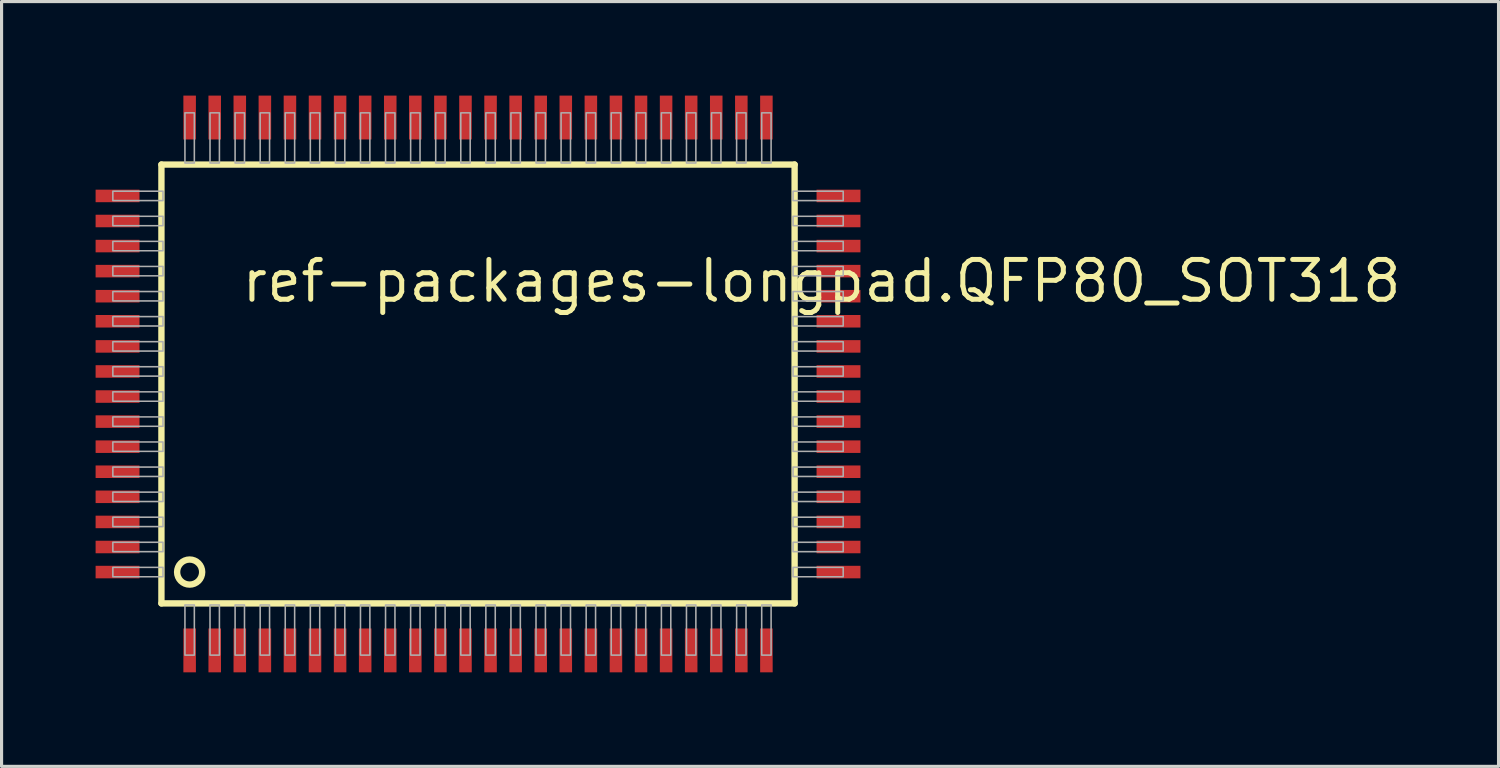
<source format=kicad_pcb>
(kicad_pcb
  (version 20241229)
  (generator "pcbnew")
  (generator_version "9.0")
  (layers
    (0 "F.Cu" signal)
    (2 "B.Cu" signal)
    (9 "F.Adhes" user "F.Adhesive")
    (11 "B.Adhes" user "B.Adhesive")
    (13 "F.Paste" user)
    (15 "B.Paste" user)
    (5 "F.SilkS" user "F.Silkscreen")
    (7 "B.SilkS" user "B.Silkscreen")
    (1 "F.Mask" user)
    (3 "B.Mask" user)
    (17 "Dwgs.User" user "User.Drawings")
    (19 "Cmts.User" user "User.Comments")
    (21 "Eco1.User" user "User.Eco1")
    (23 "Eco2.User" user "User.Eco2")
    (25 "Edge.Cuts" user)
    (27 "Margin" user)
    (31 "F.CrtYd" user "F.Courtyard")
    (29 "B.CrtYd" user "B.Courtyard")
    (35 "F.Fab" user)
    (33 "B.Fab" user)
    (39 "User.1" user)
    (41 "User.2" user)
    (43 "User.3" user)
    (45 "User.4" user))
  (footprint "ref-packages-longpad.QFP80_SOT318"
    (layer "F.Cu")
    (at 12.2 9.2)
    (property "Reference" "ref-packages-longpad.QFP80_SOT318" (at -7.62 -2.54 0) (layer "F.SilkS") (effects (font (size 1.27 1.27) (thickness 0.16)) (justify left bottom)))
    (attr smd)
    (fp_line (start -10.1 -7) (end 10.1 -7) (stroke (width 0.203) (type default)) (layer "F.SilkS"))
    (fp_line (start -10.1 7) (end -10.1 -7) (stroke (width 0.203) (type default)) (layer "F.SilkS"))
    (fp_line (start 10.1 -7) (end 10.1 7) (stroke (width 0.203) (type default)) (layer "F.SilkS"))
    (fp_line (start 10.1 7) (end -10.1 7) (stroke (width 0.203) (type default)) (layer "F.SilkS"))
    (fp_circle (center -9.2 6) (end -8.8 6) (stroke (width 0.203) (type default)) (fill no) (layer "F.SilkS"))
    (fp_rect (start -11.65 -5.85) (end -10.05 -6.15) (stroke (width 0.05) (type default)) (fill no) (layer "F.Fab"))
    (fp_rect (start -11.65 -5.05) (end -10.05 -5.35) (stroke (width 0.05) (type default)) (fill no) (layer "F.Fab"))
    (fp_rect (start -11.65 -4.25) (end -10.05 -4.55) (stroke (width 0.05) (type default)) (fill no) (layer "F.Fab"))
    (fp_rect (start -11.65 -3.45) (end -10.05 -3.75) (stroke (width 0.05) (type default)) (fill no) (layer "F.Fab"))
    (fp_rect (start -11.65 -2.65) (end -10.05 -2.95) (stroke (width 0.05) (type default)) (fill no) (layer "F.Fab"))
    (fp_rect (start -11.65 -1.85) (end -10.05 -2.15) (stroke (width 0.05) (type default)) (fill no) (layer "F.Fab"))
    (fp_rect (start -11.65 -1.05) (end -10.05 -1.35) (stroke (width 0.05) (type default)) (fill no) (layer "F.Fab"))
    (fp_rect (start -11.65 -0.25) (end -10.05 -0.55) (stroke (width 0.05) (type default)) (fill no) (layer "F.Fab"))
    (fp_rect (start -11.65 0.55) (end -10.05 0.25) (stroke (width 0.05) (type default)) (fill no) (layer "F.Fab"))
    (fp_rect (start -11.65 1.35) (end -10.05 1.05) (stroke (width 0.05) (type default)) (fill no) (layer "F.Fab"))
    (fp_rect (start -11.65 2.15) (end -10.05 1.85) (stroke (width 0.05) (type default)) (fill no) (layer "F.Fab"))
    (fp_rect (start -11.65 2.95) (end -10.05 2.65) (stroke (width 0.05) (type default)) (fill no) (layer "F.Fab"))
    (fp_rect (start -11.65 3.75) (end -10.05 3.45) (stroke (width 0.05) (type default)) (fill no) (layer "F.Fab"))
    (fp_rect (start -11.65 4.55) (end -10.05 4.25) (stroke (width 0.05) (type default)) (fill no) (layer "F.Fab"))
    (fp_rect (start -11.65 5.35) (end -10.05 5.05) (stroke (width 0.05) (type default)) (fill no) (layer "F.Fab"))
    (fp_rect (start -11.65 6.15) (end -10.05 5.85) (stroke (width 0.05) (type default)) (fill no) (layer "F.Fab"))
    (fp_rect (start -9.35 -7.05) (end -9.05 -8.65) (stroke (width 0.05) (type default)) (fill no) (layer "F.Fab"))
    (fp_rect (start -9.35 8.65) (end -9.05 7.05) (stroke (width 0.05) (type default)) (fill no) (layer "F.Fab"))
    (fp_rect (start -8.55 -7.05) (end -8.25 -8.65) (stroke (width 0.05) (type default)) (fill no) (layer "F.Fab"))
    (fp_rect (start -8.55 8.65) (end -8.25 7.05) (stroke (width 0.05) (type default)) (fill no) (layer "F.Fab"))
    (fp_rect (start -7.75 -7.05) (end -7.45 -8.65) (stroke (width 0.05) (type default)) (fill no) (layer "F.Fab"))
    (fp_rect (start -7.75 8.65) (end -7.45 7.05) (stroke (width 0.05) (type default)) (fill no) (layer "F.Fab"))
    (fp_rect (start -6.95 -7.05) (end -6.65 -8.65) (stroke (width 0.05) (type default)) (fill no) (layer "F.Fab"))
    (fp_rect (start -6.95 8.65) (end -6.65 7.05) (stroke (width 0.05) (type default)) (fill no) (layer "F.Fab"))
    (fp_rect (start -6.15 -7.05) (end -5.85 -8.65) (stroke (width 0.05) (type default)) (fill no) (layer "F.Fab"))
    (fp_rect (start -6.15 8.65) (end -5.85 7.05) (stroke (width 0.05) (type default)) (fill no) (layer "F.Fab"))
    (fp_rect (start -5.35 -7.05) (end -5.05 -8.65) (stroke (width 0.05) (type default)) (fill no) (layer "F.Fab"))
    (fp_rect (start -5.35 8.65) (end -5.05 7.05) (stroke (width 0.05) (type default)) (fill no) (layer "F.Fab"))
    (fp_rect (start -4.55 -7.05) (end -4.25 -8.65) (stroke (width 0.05) (type default)) (fill no) (layer "F.Fab"))
    (fp_rect (start -4.55 8.65) (end -4.25 7.05) (stroke (width 0.05) (type default)) (fill no) (layer "F.Fab"))
    (fp_rect (start -3.75 -7.05) (end -3.45 -8.65) (stroke (width 0.05) (type default)) (fill no) (layer "F.Fab"))
    (fp_rect (start -3.75 8.65) (end -3.45 7.05) (stroke (width 0.05) (type default)) (fill no) (layer "F.Fab"))
    (fp_rect (start -2.95 -7.05) (end -2.65 -8.65) (stroke (width 0.05) (type default)) (fill no) (layer "F.Fab"))
    (fp_rect (start -2.95 8.65) (end -2.65 7.05) (stroke (width 0.05) (type default)) (fill no) (layer "F.Fab"))
    (fp_rect (start -2.15 -7.05) (end -1.85 -8.65) (stroke (width 0.05) (type default)) (fill no) (layer "F.Fab"))
    (fp_rect (start -2.15 8.65) (end -1.85 7.05) (stroke (width 0.05) (type default)) (fill no) (layer "F.Fab"))
    (fp_rect (start -1.35 -7.05) (end -1.05 -8.65) (stroke (width 0.05) (type default)) (fill no) (layer "F.Fab"))
    (fp_rect (start -1.35 8.65) (end -1.05 7.05) (stroke (width 0.05) (type default)) (fill no) (layer "F.Fab"))
    (fp_rect (start -0.55 -7.05) (end -0.25 -8.65) (stroke (width 0.05) (type default)) (fill no) (layer "F.Fab"))
    (fp_rect (start -0.55 8.65) (end -0.25 7.05) (stroke (width 0.05) (type default)) (fill no) (layer "F.Fab"))
    (fp_rect (start 0.25 -7.05) (end 0.55 -8.65) (stroke (width 0.05) (type default)) (fill no) (layer "F.Fab"))
    (fp_rect (start 0.25 8.65) (end 0.55 7.05) (stroke (width 0.05) (type default)) (fill no) (layer "F.Fab"))
    (fp_rect (start 1.05 -7.05) (end 1.35 -8.65) (stroke (width 0.05) (type default)) (fill no) (layer "F.Fab"))
    (fp_rect (start 1.05 8.65) (end 1.35 7.05) (stroke (width 0.05) (type default)) (fill no) (layer "F.Fab"))
    (fp_rect (start 1.85 -7.05) (end 2.15 -8.65) (stroke (width 0.05) (type default)) (fill no) (layer "F.Fab"))
    (fp_rect (start 1.85 8.65) (end 2.15 7.05) (stroke (width 0.05) (type default)) (fill no) (layer "F.Fab"))
    (fp_rect (start 2.65 -7.05) (end 2.95 -8.65) (stroke (width 0.05) (type default)) (fill no) (layer "F.Fab"))
    (fp_rect (start 2.65 8.65) (end 2.95 7.05) (stroke (width 0.05) (type default)) (fill no) (layer "F.Fab"))
    (fp_rect (start 3.45 -7.05) (end 3.75 -8.65) (stroke (width 0.05) (type default)) (fill no) (layer "F.Fab"))
    (fp_rect (start 3.45 8.65) (end 3.75 7.05) (stroke (width 0.05) (type default)) (fill no) (layer "F.Fab"))
    (fp_rect (start 4.25 -7.05) (end 4.55 -8.65) (stroke (width 0.05) (type default)) (fill no) (layer "F.Fab"))
    (fp_rect (start 4.25 8.65) (end 4.55 7.05) (stroke (width 0.05) (type default)) (fill no) (layer "F.Fab"))
    (fp_rect (start 5.05 -7.05) (end 5.35 -8.65) (stroke (width 0.05) (type default)) (fill no) (layer "F.Fab"))
    (fp_rect (start 5.05 8.65) (end 5.35 7.05) (stroke (width 0.05) (type default)) (fill no) (layer "F.Fab"))
    (fp_rect (start 5.85 -7.05) (end 6.15 -8.65) (stroke (width 0.05) (type default)) (fill no) (layer "F.Fab"))
    (fp_rect (start 5.85 8.65) (end 6.15 7.05) (stroke (width 0.05) (type default)) (fill no) (layer "F.Fab"))
    (fp_rect (start 6.65 -7.05) (end 6.95 -8.65) (stroke (width 0.05) (type default)) (fill no) (layer "F.Fab"))
    (fp_rect (start 6.65 8.65) (end 6.95 7.05) (stroke (width 0.05) (type default)) (fill no) (layer "F.Fab"))
    (fp_rect (start 7.45 -7.05) (end 7.75 -8.65) (stroke (width 0.05) (type default)) (fill no) (layer "F.Fab"))
    (fp_rect (start 7.45 8.65) (end 7.75 7.05) (stroke (width 0.05) (type default)) (fill no) (layer "F.Fab"))
    (fp_rect (start 8.25 -7.05) (end 8.55 -8.65) (stroke (width 0.05) (type default)) (fill no) (layer "F.Fab"))
    (fp_rect (start 8.25 8.65) (end 8.55 7.05) (stroke (width 0.05) (type default)) (fill no) (layer "F.Fab"))
    (fp_rect (start 9.05 -7.05) (end 9.35 -8.65) (stroke (width 0.05) (type default)) (fill no) (layer "F.Fab"))
    (fp_rect (start 9.05 8.65) (end 9.35 7.05) (stroke (width 0.05) (type default)) (fill no) (layer "F.Fab"))
    (fp_rect (start 10.05 -5.85) (end 11.65 -6.15) (stroke (width 0.05) (type default)) (fill no) (layer "F.Fab"))
    (fp_rect (start 10.05 -5.05) (end 11.65 -5.35) (stroke (width 0.05) (type default)) (fill no) (layer "F.Fab"))
    (fp_rect (start 10.05 -4.25) (end 11.65 -4.55) (stroke (width 0.05) (type default)) (fill no) (layer "F.Fab"))
    (fp_rect (start 10.05 -3.45) (end 11.65 -3.75) (stroke (width 0.05) (type default)) (fill no) (layer "F.Fab"))
    (fp_rect (start 10.05 -2.65) (end 11.65 -2.95) (stroke (width 0.05) (type default)) (fill no) (layer "F.Fab"))
    (fp_rect (start 10.05 -1.85) (end 11.65 -2.15) (stroke (width 0.05) (type default)) (fill no) (layer "F.Fab"))
    (fp_rect (start 10.05 -1.05) (end 11.65 -1.35) (stroke (width 0.05) (type default)) (fill no) (layer "F.Fab"))
    (fp_rect (start 10.05 -0.25) (end 11.65 -0.55) (stroke (width 0.05) (type default)) (fill no) (layer "F.Fab"))
    (fp_rect (start 10.05 0.55) (end 11.65 0.25) (stroke (width 0.05) (type default)) (fill no) (layer "F.Fab"))
    (fp_rect (start 10.05 1.35) (end 11.65 1.05) (stroke (width 0.05) (type default)) (fill no) (layer "F.Fab"))
    (fp_rect (start 10.05 2.15) (end 11.65 1.85) (stroke (width 0.05) (type default)) (fill no) (layer "F.Fab"))
    (fp_rect (start 10.05 2.95) (end 11.65 2.65) (stroke (width 0.05) (type default)) (fill no) (layer "F.Fab"))
    (fp_rect (start 10.05 3.75) (end 11.65 3.45) (stroke (width 0.05) (type default)) (fill no) (layer "F.Fab"))
    (fp_rect (start 10.05 4.55) (end 11.65 4.25) (stroke (width 0.05) (type default)) (fill no) (layer "F.Fab"))
    (fp_rect (start 10.05 5.35) (end 11.65 5.05) (stroke (width 0.05) (type default)) (fill no) (layer "F.Fab"))
    (fp_rect (start 10.05 6.15) (end 11.65 5.85) (stroke (width 0.05) (type default)) (fill no) (layer "F.Fab"))
    (pad "1" smd roundrect (at -9.2 8.5) (size 0.4 1.4) (layers "F.Cu" "F.Mask" "F.Paste") (roundrect_rratio 0.01))
    (pad "2" smd roundrect (at -8.4 8.5) (size 0.4 1.4) (layers "F.Cu" "F.Mask" "F.Paste") (roundrect_rratio 0.01))
    (pad "3" smd roundrect (at -7.6 8.5) (size 0.4 1.4) (layers "F.Cu" "F.Mask" "F.Paste") (roundrect_rratio 0.01))
    (pad "4" smd roundrect (at -6.8 8.5) (size 0.4 1.4) (layers "F.Cu" "F.Mask" "F.Paste") (roundrect_rratio 0.01))
    (pad "5" smd roundrect (at -6 8.5) (size 0.4 1.4) (layers "F.Cu" "F.Mask" "F.Paste") (roundrect_rratio 0.01))
    (pad "6" smd roundrect (at -5.2 8.5) (size 0.4 1.4) (layers "F.Cu" "F.Mask" "F.Paste") (roundrect_rratio 0.01))
    (pad "7" smd roundrect (at -4.4 8.5) (size 0.4 1.4) (layers "F.Cu" "F.Mask" "F.Paste") (roundrect_rratio 0.01))
    (pad "8" smd roundrect (at -3.6 8.5) (size 0.4 1.4) (layers "F.Cu" "F.Mask" "F.Paste") (roundrect_rratio 0.01))
    (pad "9" smd roundrect (at -2.8 8.5) (size 0.4 1.4) (layers "F.Cu" "F.Mask" "F.Paste") (roundrect_rratio 0.01))
    (pad "10" smd roundrect (at -2 8.5) (size 0.4 1.4) (layers "F.Cu" "F.Mask" "F.Paste") (roundrect_rratio 0.01))
    (pad "11" smd roundrect (at -1.2 8.5) (size 0.4 1.4) (layers "F.Cu" "F.Mask" "F.Paste") (roundrect_rratio 0.01))
    (pad "12" smd roundrect (at -0.4 8.5) (size 0.4 1.4) (layers "F.Cu" "F.Mask" "F.Paste") (roundrect_rratio 0.01))
    (pad "13" smd roundrect (at 0.4 8.5) (size 0.4 1.4) (layers "F.Cu" "F.Mask" "F.Paste") (roundrect_rratio 0.01))
    (pad "14" smd roundrect (at 1.2 8.5) (size 0.4 1.4) (layers "F.Cu" "F.Mask" "F.Paste") (roundrect_rratio 0.01))
    (pad "15" smd roundrect (at 2 8.5) (size 0.4 1.4) (layers "F.Cu" "F.Mask" "F.Paste") (roundrect_rratio 0.01))
    (pad "16" smd roundrect (at 2.8 8.5) (size 0.4 1.4) (layers "F.Cu" "F.Mask" "F.Paste") (roundrect_rratio 0.01))
    (pad "17" smd roundrect (at 3.6 8.5) (size 0.4 1.4) (layers "F.Cu" "F.Mask" "F.Paste") (roundrect_rratio 0.01))
    (pad "18" smd roundrect (at 4.4 8.5) (size 0.4 1.4) (layers "F.Cu" "F.Mask" "F.Paste") (roundrect_rratio 0.01))
    (pad "19" smd roundrect (at 5.2 8.5) (size 0.4 1.4) (layers "F.Cu" "F.Mask" "F.Paste") (roundrect_rratio 0.01))
    (pad "20" smd roundrect (at 6 8.5) (size 0.4 1.4) (layers "F.Cu" "F.Mask" "F.Paste") (roundrect_rratio 0.01))
    (pad "21" smd roundrect (at 6.8 8.5) (size 0.4 1.4) (layers "F.Cu" "F.Mask" "F.Paste") (roundrect_rratio 0.01))
    (pad "22" smd roundrect (at 7.6 8.5) (size 0.4 1.4) (layers "F.Cu" "F.Mask" "F.Paste") (roundrect_rratio 0.01))
    (pad "23" smd roundrect (at 8.4 8.5) (size 0.4 1.4) (layers "F.Cu" "F.Mask" "F.Paste") (roundrect_rratio 0.01))
    (pad "24" smd roundrect (at 9.2 8.5) (size 0.4 1.4) (layers "F.Cu" "F.Mask" "F.Paste") (roundrect_rratio 0.01))
    (pad "25" smd roundrect (at 11.5 6) (size 1.4 0.4) (layers "F.Cu" "F.Mask" "F.Paste") (roundrect_rratio 0.01))
    (pad "26" smd roundrect (at 11.5 5.2) (size 1.4 0.4) (layers "F.Cu" "F.Mask" "F.Paste") (roundrect_rratio 0.01))
    (pad "27" smd roundrect (at 11.5 4.4) (size 1.4 0.4) (layers "F.Cu" "F.Mask" "F.Paste") (roundrect_rratio 0.01))
    (pad "28" smd roundrect (at 11.5 3.6) (size 1.4 0.4) (layers "F.Cu" "F.Mask" "F.Paste") (roundrect_rratio 0.01))
    (pad "29" smd roundrect (at 11.5 2.8) (size 1.4 0.4) (layers "F.Cu" "F.Mask" "F.Paste") (roundrect_rratio 0.01))
    (pad "30" smd roundrect (at 11.5 2) (size 1.4 0.4) (layers "F.Cu" "F.Mask" "F.Paste") (roundrect_rratio 0.01))
    (pad "31" smd roundrect (at 11.5 1.2) (size 1.4 0.4) (layers "F.Cu" "F.Mask" "F.Paste") (roundrect_rratio 0.01))
    (pad "32" smd roundrect (at 11.5 0.4) (size 1.4 0.4) (layers "F.Cu" "F.Mask" "F.Paste") (roundrect_rratio 0.01))
    (pad "33" smd roundrect (at 11.5 -0.4) (size 1.4 0.4) (layers "F.Cu" "F.Mask" "F.Paste") (roundrect_rratio 0.01))
    (pad "34" smd roundrect (at 11.5 -1.2) (size 1.4 0.4) (layers "F.Cu" "F.Mask" "F.Paste") (roundrect_rratio 0.01))
    (pad "35" smd roundrect (at 11.5 -2) (size 1.4 0.4) (layers "F.Cu" "F.Mask" "F.Paste") (roundrect_rratio 0.01))
    (pad "36" smd roundrect (at 11.5 -2.8) (size 1.4 0.4) (layers "F.Cu" "F.Mask" "F.Paste") (roundrect_rratio 0.01))
    (pad "37" smd roundrect (at 11.5 -3.6) (size 1.4 0.4) (layers "F.Cu" "F.Mask" "F.Paste") (roundrect_rratio 0.01))
    (pad "38" smd roundrect (at 11.5 -4.4) (size 1.4 0.4) (layers "F.Cu" "F.Mask" "F.Paste") (roundrect_rratio 0.01))
    (pad "39" smd roundrect (at 11.5 -5.2) (size 1.4 0.4) (layers "F.Cu" "F.Mask" "F.Paste") (roundrect_rratio 0.01))
    (pad "40" smd roundrect (at 11.5 -6) (size 1.4 0.4) (layers "F.Cu" "F.Mask" "F.Paste") (roundrect_rratio 0.01))
    (pad "41" smd roundrect (at 9.2 -8.5) (size 0.4 1.4) (layers "F.Cu" "F.Mask" "F.Paste") (roundrect_rratio 0.01))
    (pad "42" smd roundrect (at 8.4 -8.5) (size 0.4 1.4) (layers "F.Cu" "F.Mask" "F.Paste") (roundrect_rratio 0.01))
    (pad "43" smd roundrect (at 7.6 -8.5) (size 0.4 1.4) (layers "F.Cu" "F.Mask" "F.Paste") (roundrect_rratio 0.01))
    (pad "44" smd roundrect (at 6.8 -8.5) (size 0.4 1.4) (layers "F.Cu" "F.Mask" "F.Paste") (roundrect_rratio 0.01))
    (pad "45" smd roundrect (at 6 -8.5) (size 0.4 1.4) (layers "F.Cu" "F.Mask" "F.Paste") (roundrect_rratio 0.01))
    (pad "46" smd roundrect (at 5.2 -8.5) (size 0.4 1.4) (layers "F.Cu" "F.Mask" "F.Paste") (roundrect_rratio 0.01))
    (pad "47" smd roundrect (at 4.4 -8.5) (size 0.4 1.4) (layers "F.Cu" "F.Mask" "F.Paste") (roundrect_rratio 0.01))
    (pad "48" smd roundrect (at 3.6 -8.5) (size 0.4 1.4) (layers "F.Cu" "F.Mask" "F.Paste") (roundrect_rratio 0.01))
    (pad "49" smd roundrect (at 2.8 -8.5) (size 0.4 1.4) (layers "F.Cu" "F.Mask" "F.Paste") (roundrect_rratio 0.01))
    (pad "50" smd roundrect (at 2 -8.5) (size 0.4 1.4) (layers "F.Cu" "F.Mask" "F.Paste") (roundrect_rratio 0.01))
    (pad "51" smd roundrect (at 1.2 -8.5) (size 0.4 1.4) (layers "F.Cu" "F.Mask" "F.Paste") (roundrect_rratio 0.01))
    (pad "52" smd roundrect (at 0.4 -8.5) (size 0.4 1.4) (layers "F.Cu" "F.Mask" "F.Paste") (roundrect_rratio 0.01))
    (pad "53" smd roundrect (at -0.4 -8.5) (size 0.4 1.4) (layers "F.Cu" "F.Mask" "F.Paste") (roundrect_rratio 0.01))
    (pad "54" smd roundrect (at -1.2 -8.5) (size 0.4 1.4) (layers "F.Cu" "F.Mask" "F.Paste") (roundrect_rratio 0.01))
    (pad "55" smd roundrect (at -2 -8.5) (size 0.4 1.4) (layers "F.Cu" "F.Mask" "F.Paste") (roundrect_rratio 0.01))
    (pad "56" smd roundrect (at -2.8 -8.5) (size 0.4 1.4) (layers "F.Cu" "F.Mask" "F.Paste") (roundrect_rratio 0.01))
    (pad "57" smd roundrect (at -3.6 -8.5) (size 0.4 1.4) (layers "F.Cu" "F.Mask" "F.Paste") (roundrect_rratio 0.01))
    (pad "58" smd roundrect (at -4.4 -8.5) (size 0.4 1.4) (layers "F.Cu" "F.Mask" "F.Paste") (roundrect_rratio 0.01))
    (pad "59" smd roundrect (at -5.2 -8.5) (size 0.4 1.4) (layers "F.Cu" "F.Mask" "F.Paste") (roundrect_rratio 0.01))
    (pad "60" smd roundrect (at -6 -8.5) (size 0.4 1.4) (layers "F.Cu" "F.Mask" "F.Paste") (roundrect_rratio 0.01))
    (pad "61" smd roundrect (at -6.8 -8.5) (size 0.4 1.4) (layers "F.Cu" "F.Mask" "F.Paste") (roundrect_rratio 0.01))
    (pad "62" smd roundrect (at -7.6 -8.5) (size 0.4 1.4) (layers "F.Cu" "F.Mask" "F.Paste") (roundrect_rratio 0.01))
    (pad "63" smd roundrect (at -8.4 -8.5) (size 0.4 1.4) (layers "F.Cu" "F.Mask" "F.Paste") (roundrect_rratio 0.01))
    (pad "64" smd roundrect (at -9.2 -8.5) (size 0.4 1.4) (layers "F.Cu" "F.Mask" "F.Paste") (roundrect_rratio 0.01))
    (pad "65" smd roundrect (at -11.5 -6) (size 1.4 0.4) (layers "F.Cu" "F.Mask" "F.Paste") (roundrect_rratio 0.01))
    (pad "66" smd roundrect (at -11.5 -5.2) (size 1.4 0.4) (layers "F.Cu" "F.Mask" "F.Paste") (roundrect_rratio 0.01))
    (pad "67" smd roundrect (at -11.5 -4.4) (size 1.4 0.4) (layers "F.Cu" "F.Mask" "F.Paste") (roundrect_rratio 0.01))
    (pad "68" smd roundrect (at -11.5 -3.6) (size 1.4 0.4) (layers "F.Cu" "F.Mask" "F.Paste") (roundrect_rratio 0.01))
    (pad "69" smd roundrect (at -11.5 -2.8) (size 1.4 0.4) (layers "F.Cu" "F.Mask" "F.Paste") (roundrect_rratio 0.01))
    (pad "70" smd roundrect (at -11.5 -2) (size 1.4 0.4) (layers "F.Cu" "F.Mask" "F.Paste") (roundrect_rratio 0.01))
    (pad "71" smd roundrect (at -11.5 -1.2) (size 1.4 0.4) (layers "F.Cu" "F.Mask" "F.Paste") (roundrect_rratio 0.01))
    (pad "72" smd roundrect (at -11.5 -0.4) (size 1.4 0.4) (layers "F.Cu" "F.Mask" "F.Paste") (roundrect_rratio 0.01))
    (pad "73" smd roundrect (at -11.5 0.4) (size 1.4 0.4) (layers "F.Cu" "F.Mask" "F.Paste") (roundrect_rratio 0.01))
    (pad "74" smd roundrect (at -11.5 1.2) (size 1.4 0.4) (layers "F.Cu" "F.Mask" "F.Paste") (roundrect_rratio 0.01))
    (pad "75" smd roundrect (at -11.5 2) (size 1.4 0.4) (layers "F.Cu" "F.Mask" "F.Paste") (roundrect_rratio 0.01))
    (pad "76" smd roundrect (at -11.5 2.8) (size 1.4 0.4) (layers "F.Cu" "F.Mask" "F.Paste") (roundrect_rratio 0.01))
    (pad "77" smd roundrect (at -11.5 3.6) (size 1.4 0.4) (layers "F.Cu" "F.Mask" "F.Paste") (roundrect_rratio 0.01))
    (pad "78" smd roundrect (at -11.5 4.4) (size 1.4 0.4) (layers "F.Cu" "F.Mask" "F.Paste") (roundrect_rratio 0.01))
    (pad "79" smd roundrect (at -11.5 5.2) (size 1.4 0.4) (layers "F.Cu" "F.Mask" "F.Paste") (roundrect_rratio 0.01))
    (pad "80" smd roundrect (at -11.5 6) (size 1.4 0.4) (layers "F.Cu" "F.Mask" "F.Paste") (roundrect_rratio 0.01)))
  (gr_rect
    (start -3 -3)
    (end 44.757 21.4)
    (stroke (width 0.1) (type default))
    (fill no)
    (layer "Edge.Cuts")))
</source>
